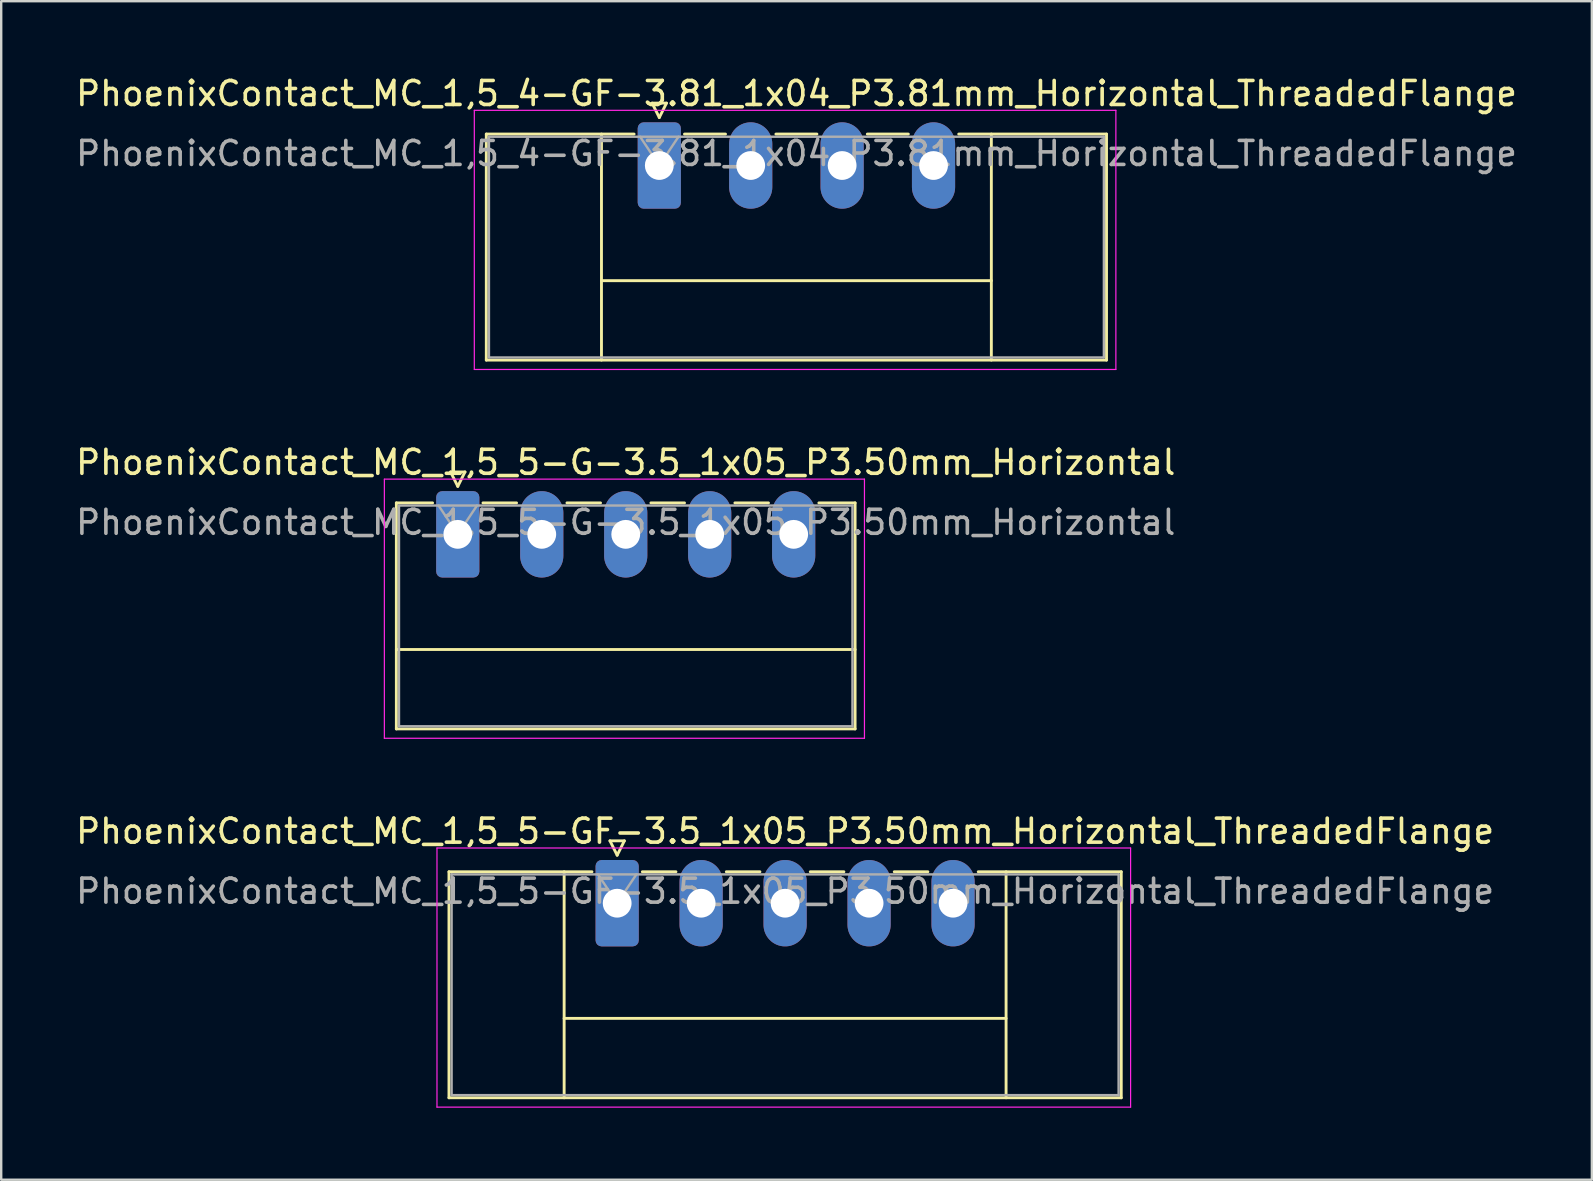
<source format=kicad_pcb>
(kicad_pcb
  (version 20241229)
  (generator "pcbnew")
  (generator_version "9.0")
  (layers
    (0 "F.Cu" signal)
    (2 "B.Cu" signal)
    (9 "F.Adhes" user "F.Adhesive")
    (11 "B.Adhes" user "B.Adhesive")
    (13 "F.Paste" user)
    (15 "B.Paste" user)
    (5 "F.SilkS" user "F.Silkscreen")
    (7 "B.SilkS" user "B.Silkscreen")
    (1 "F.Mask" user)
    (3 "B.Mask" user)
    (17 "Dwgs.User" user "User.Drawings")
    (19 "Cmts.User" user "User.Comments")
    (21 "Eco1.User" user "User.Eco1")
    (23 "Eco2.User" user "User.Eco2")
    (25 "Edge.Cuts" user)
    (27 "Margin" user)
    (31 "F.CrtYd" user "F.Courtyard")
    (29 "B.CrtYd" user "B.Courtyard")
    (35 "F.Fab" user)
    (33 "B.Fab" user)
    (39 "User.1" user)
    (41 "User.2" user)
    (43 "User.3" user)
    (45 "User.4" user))
  (footprint "PhoenixContact_MC_1,5_5-GF-3.5_1x05_P3.50mm_Horizontal_ThreadedFlange"
    (layer "F.Cu")
    (at 22.673 34.595)
    (property "Reference" "PhoenixContact_MC_1,5_5-GF-3.5_1x05_P3.50mm_Horizontal_ThreadedFlange" (at 7 -3 0) (layer "F.SilkS") (effects (font (size 1 1) (thickness 0.15))))
    (attr through_hole)
    (fp_line (start -7.01 -1.31) (end -7.01 8.11) (stroke (width 0.12) (type solid)) (layer "F.SilkS"))
    (fp_line (start -7.01 -1.31) (end -1.05 -1.31) (stroke (width 0.12) (type solid)) (layer "F.SilkS"))
    (fp_line (start -7.01 8.11) (end 21.01 8.11) (stroke (width 0.12) (type solid)) (layer "F.SilkS"))
    (fp_line (start -2.21 -1.31) (end -2.21 8.11) (stroke (width 0.12) (type solid)) (layer "F.SilkS"))
    (fp_line (start -2.21 4.8) (end 16.21 4.8) (stroke (width 0.12) (type solid)) (layer "F.SilkS"))
    (fp_line (start -0.3 -2.6) (end 0.3 -2.6) (stroke (width 0.12) (type solid)) (layer "F.SilkS"))
    (fp_line (start 0 -2) (end -0.3 -2.6) (stroke (width 0.12) (type solid)) (layer "F.SilkS"))
    (fp_line (start 0.3 -2.6) (end 0 -2) (stroke (width 0.12) (type solid)) (layer "F.SilkS"))
    (fp_line (start 1.05 -1.31) (end 2.45 -1.31) (stroke (width 0.12) (type solid)) (layer "F.SilkS"))
    (fp_line (start 4.55 -1.31) (end 5.95 -1.31) (stroke (width 0.12) (type solid)) (layer "F.SilkS"))
    (fp_line (start 8.05 -1.31) (end 9.45 -1.31) (stroke (width 0.12) (type solid)) (layer "F.SilkS"))
    (fp_line (start 11.55 -1.31) (end 12.95 -1.31) (stroke (width 0.12) (type solid)) (layer "F.SilkS"))
    (fp_line (start 16.21 -1.31) (end 16.21 8.11) (stroke (width 0.12) (type solid)) (layer "F.SilkS"))
    (fp_line (start 21.01 -1.31) (end 15.05 -1.31) (stroke (width 0.12) (type solid)) (layer "F.SilkS"))
    (fp_line (start 21.01 8.11) (end 21.01 -1.31) (stroke (width 0.12) (type solid)) (layer "F.SilkS"))
    (fp_line (start -7.51 -2.3) (end -7.51 8.5) (stroke (width 0.05) (type solid)) (layer "F.CrtYd"))
    (fp_line (start -7.51 8.5) (end 21.4 8.5) (stroke (width 0.05) (type solid)) (layer "F.CrtYd"))
    (fp_line (start 21.4 -2.3) (end -7.51 -2.3) (stroke (width 0.05) (type solid)) (layer "F.CrtYd"))
    (fp_line (start 21.4 8.5) (end 21.4 -2.3) (stroke (width 0.05) (type solid)) (layer "F.CrtYd"))
    (fp_line (start -6.9 -1.2) (end -6.9 8) (stroke (width 0.1) (type solid)) (layer "F.Fab"))
    (fp_line (start -6.9 8) (end 20.9 8) (stroke (width 0.1) (type solid)) (layer "F.Fab"))
    (fp_line (start 0 0) (end -0.8 -1.2) (stroke (width 0.1) (type solid)) (layer "F.Fab"))
    (fp_line (start 0.8 -1.2) (end 0 0) (stroke (width 0.1) (type solid)) (layer "F.Fab"))
    (fp_line (start 20.9 -1.2) (end -6.9 -1.2) (stroke (width 0.1) (type solid)) (layer "F.Fab"))
    (fp_line (start 20.9 8) (end 20.9 -1.2) (stroke (width 0.1) (type solid)) (layer "F.Fab"))
    (fp_text user "${REFERENCE}" (at 7 -0.5 0) (layer "F.Fab") (effects (font (size 1 1) (thickness 0.15))))
    (pad "1" thru_hole roundrect (at 0 0) (size 1.8 3.6) (drill 1.2) (layers "*.Cu" "*.Mask") (roundrect_rratio 0.139))
    (pad "2" thru_hole oval (at 3.5 0) (size 1.8 3.6) (drill 1.2) (layers "*.Cu" "*.Mask"))
    (pad "3" thru_hole oval (at 7 0) (size 1.8 3.6) (drill 1.2) (layers "*.Cu" "*.Mask"))
    (pad "4" thru_hole oval (at 10.5 0) (size 1.8 3.6) (drill 1.2) (layers "*.Cu" "*.Mask"))
    (pad "5" thru_hole oval (at 14 0) (size 1.8 3.6) (drill 1.2) (layers "*.Cu" "*.Mask")))
  (footprint "PhoenixContact_MC_1,5_4-GF-3.81_1x04_P3.81mm_Horizontal_ThreadedFlange"
    (layer "F.Cu")
    (at 24.429 3.848)
    (property "Reference" "PhoenixContact_MC_1,5_4-GF-3.81_1x04_P3.81mm_Horizontal_ThreadedFlange" (at 5.72 -3 0) (layer "F.SilkS") (effects (font (size 1 1) (thickness 0.15))))
    (attr through_hole)
    (fp_line (start -7.21 -1.31) (end -7.21 8.11) (stroke (width 0.12) (type solid)) (layer "F.SilkS"))
    (fp_line (start -7.21 -1.31) (end -1.05 -1.31) (stroke (width 0.12) (type solid)) (layer "F.SilkS"))
    (fp_line (start -7.21 8.11) (end 18.64 8.11) (stroke (width 0.12) (type solid)) (layer "F.SilkS"))
    (fp_line (start -2.41 -1.31) (end -2.41 8.11) (stroke (width 0.12) (type solid)) (layer "F.SilkS"))
    (fp_line (start -2.41 4.8) (end 13.84 4.8) (stroke (width 0.12) (type solid)) (layer "F.SilkS"))
    (fp_line (start -0.3 -2.6) (end 0.3 -2.6) (stroke (width 0.12) (type solid)) (layer "F.SilkS"))
    (fp_line (start 0 -2) (end -0.3 -2.6) (stroke (width 0.12) (type solid)) (layer "F.SilkS"))
    (fp_line (start 0.3 -2.6) (end 0 -2) (stroke (width 0.12) (type solid)) (layer "F.SilkS"))
    (fp_line (start 1.05 -1.31) (end 2.76 -1.31) (stroke (width 0.12) (type solid)) (layer "F.SilkS"))
    (fp_line (start 4.86 -1.31) (end 6.57 -1.31) (stroke (width 0.12) (type solid)) (layer "F.SilkS"))
    (fp_line (start 8.67 -1.31) (end 10.38 -1.31) (stroke (width 0.12) (type solid)) (layer "F.SilkS"))
    (fp_line (start 13.84 -1.31) (end 13.84 8.11) (stroke (width 0.12) (type solid)) (layer "F.SilkS"))
    (fp_line (start 18.64 -1.31) (end 12.48 -1.31) (stroke (width 0.12) (type solid)) (layer "F.SilkS"))
    (fp_line (start 18.64 8.11) (end 18.64 -1.31) (stroke (width 0.12) (type solid)) (layer "F.SilkS"))
    (fp_line (start -7.71 -2.3) (end -7.71 8.5) (stroke (width 0.05) (type solid)) (layer "F.CrtYd"))
    (fp_line (start -7.71 8.5) (end 19.03 8.5) (stroke (width 0.05) (type solid)) (layer "F.CrtYd"))
    (fp_line (start 19.03 -2.3) (end -7.71 -2.3) (stroke (width 0.05) (type solid)) (layer "F.CrtYd"))
    (fp_line (start 19.03 8.5) (end 19.03 -2.3) (stroke (width 0.05) (type solid)) (layer "F.CrtYd"))
    (fp_line (start -7.1 -1.2) (end -7.1 8) (stroke (width 0.1) (type solid)) (layer "F.Fab"))
    (fp_line (start -7.1 8) (end 18.53 8) (stroke (width 0.1) (type solid)) (layer "F.Fab"))
    (fp_line (start 0 0) (end -0.8 -1.2) (stroke (width 0.1) (type solid)) (layer "F.Fab"))
    (fp_line (start 0.8 -1.2) (end 0 0) (stroke (width 0.1) (type solid)) (layer "F.Fab"))
    (fp_line (start 18.53 -1.2) (end -7.1 -1.2) (stroke (width 0.1) (type solid)) (layer "F.Fab"))
    (fp_line (start 18.53 8) (end 18.53 -1.2) (stroke (width 0.1) (type solid)) (layer "F.Fab"))
    (fp_text user "${REFERENCE}" (at 5.72 -0.5 0) (layer "F.Fab") (effects (font (size 1 1) (thickness 0.15))))
    (pad "1" thru_hole roundrect (at 0 0) (size 1.8 3.6) (drill 1.2) (layers "*.Cu" "*.Mask") (roundrect_rratio 0.139))
    (pad "2" thru_hole oval (at 3.81 0) (size 1.8 3.6) (drill 1.2) (layers "*.Cu" "*.Mask"))
    (pad "3" thru_hole oval (at 7.62 0) (size 1.8 3.6) (drill 1.2) (layers "*.Cu" "*.Mask"))
    (pad "4" thru_hole oval (at 11.43 0) (size 1.8 3.6) (drill 1.2) (layers "*.Cu" "*.Mask")))
  (footprint "PhoenixContact_MC_1,5_5-G-3.5_1x05_P3.50mm_Horizontal"
    (layer "F.Cu")
    (at 16.03 19.221)
    (property "Reference" "PhoenixContact_MC_1,5_5-G-3.5_1x05_P3.50mm_Horizontal" (at 7 -3 0) (layer "F.SilkS") (effects (font (size 1 1) (thickness 0.15))))
    (attr through_hole)
    (fp_line (start -2.56 -1.31) (end -2.56 8.11) (stroke (width 0.12) (type solid)) (layer "F.SilkS"))
    (fp_line (start -2.56 -1.31) (end -1.05 -1.31) (stroke (width 0.12) (type solid)) (layer "F.SilkS"))
    (fp_line (start -2.56 4.8) (end 16.56 4.8) (stroke (width 0.12) (type solid)) (layer "F.SilkS"))
    (fp_line (start -2.56 8.11) (end 16.56 8.11) (stroke (width 0.12) (type solid)) (layer "F.SilkS"))
    (fp_line (start -0.3 -2.6) (end 0.3 -2.6) (stroke (width 0.12) (type solid)) (layer "F.SilkS"))
    (fp_line (start 0 -2) (end -0.3 -2.6) (stroke (width 0.12) (type solid)) (layer "F.SilkS"))
    (fp_line (start 0.3 -2.6) (end 0 -2) (stroke (width 0.12) (type solid)) (layer "F.SilkS"))
    (fp_line (start 1.05 -1.31) (end 2.45 -1.31) (stroke (width 0.12) (type solid)) (layer "F.SilkS"))
    (fp_line (start 4.55 -1.31) (end 5.95 -1.31) (stroke (width 0.12) (type solid)) (layer "F.SilkS"))
    (fp_line (start 8.05 -1.31) (end 9.45 -1.31) (stroke (width 0.12) (type solid)) (layer "F.SilkS"))
    (fp_line (start 11.55 -1.31) (end 12.95 -1.31) (stroke (width 0.12) (type solid)) (layer "F.SilkS"))
    (fp_line (start 16.56 -1.31) (end 15.05 -1.31) (stroke (width 0.12) (type solid)) (layer "F.SilkS"))
    (fp_line (start 16.56 8.11) (end 16.56 -1.31) (stroke (width 0.12) (type solid)) (layer "F.SilkS"))
    (fp_line (start -3.06 -2.3) (end -3.06 8.5) (stroke (width 0.05) (type solid)) (layer "F.CrtYd"))
    (fp_line (start -3.06 8.5) (end 16.95 8.5) (stroke (width 0.05) (type solid)) (layer "F.CrtYd"))
    (fp_line (start 16.95 -2.3) (end -3.06 -2.3) (stroke (width 0.05) (type solid)) (layer "F.CrtYd"))
    (fp_line (start 16.95 8.5) (end 16.95 -2.3) (stroke (width 0.05) (type solid)) (layer "F.CrtYd"))
    (fp_line (start -2.45 -1.2) (end -2.45 8) (stroke (width 0.1) (type solid)) (layer "F.Fab"))
    (fp_line (start -2.45 8) (end 16.45 8) (stroke (width 0.1) (type solid)) (layer "F.Fab"))
    (fp_line (start 0 0) (end -0.8 -1.2) (stroke (width 0.1) (type solid)) (layer "F.Fab"))
    (fp_line (start 0.8 -1.2) (end 0 0) (stroke (width 0.1) (type solid)) (layer "F.Fab"))
    (fp_line (start 16.45 -1.2) (end -2.45 -1.2) (stroke (width 0.1) (type solid)) (layer "F.Fab"))
    (fp_line (start 16.45 8) (end 16.45 -1.2) (stroke (width 0.1) (type solid)) (layer "F.Fab"))
    (fp_text user "${REFERENCE}" (at 7 -0.5 0) (layer "F.Fab") (effects (font (size 1 1) (thickness 0.15))))
    (pad "1" thru_hole roundrect (at 0 0) (size 1.8 3.6) (drill 1.2) (layers "*.Cu" "*.Mask") (roundrect_rratio 0.139))
    (pad "2" thru_hole oval (at 3.5 0) (size 1.8 3.6) (drill 1.2) (layers "*.Cu" "*.Mask"))
    (pad "3" thru_hole oval (at 7 0) (size 1.8 3.6) (drill 1.2) (layers "*.Cu" "*.Mask"))
    (pad "4" thru_hole oval (at 10.5 0) (size 1.8 3.6) (drill 1.2) (layers "*.Cu" "*.Mask"))
    (pad "5" thru_hole oval (at 14 0) (size 1.8 3.6) (drill 1.2) (layers "*.Cu" "*.Mask")))
  (gr_rect
    (start -3 -3)
    (end 63.298 46.12)
    (stroke (width 0.1) (type default))
    (fill no)
    (layer "Edge.Cuts")))
</source>
